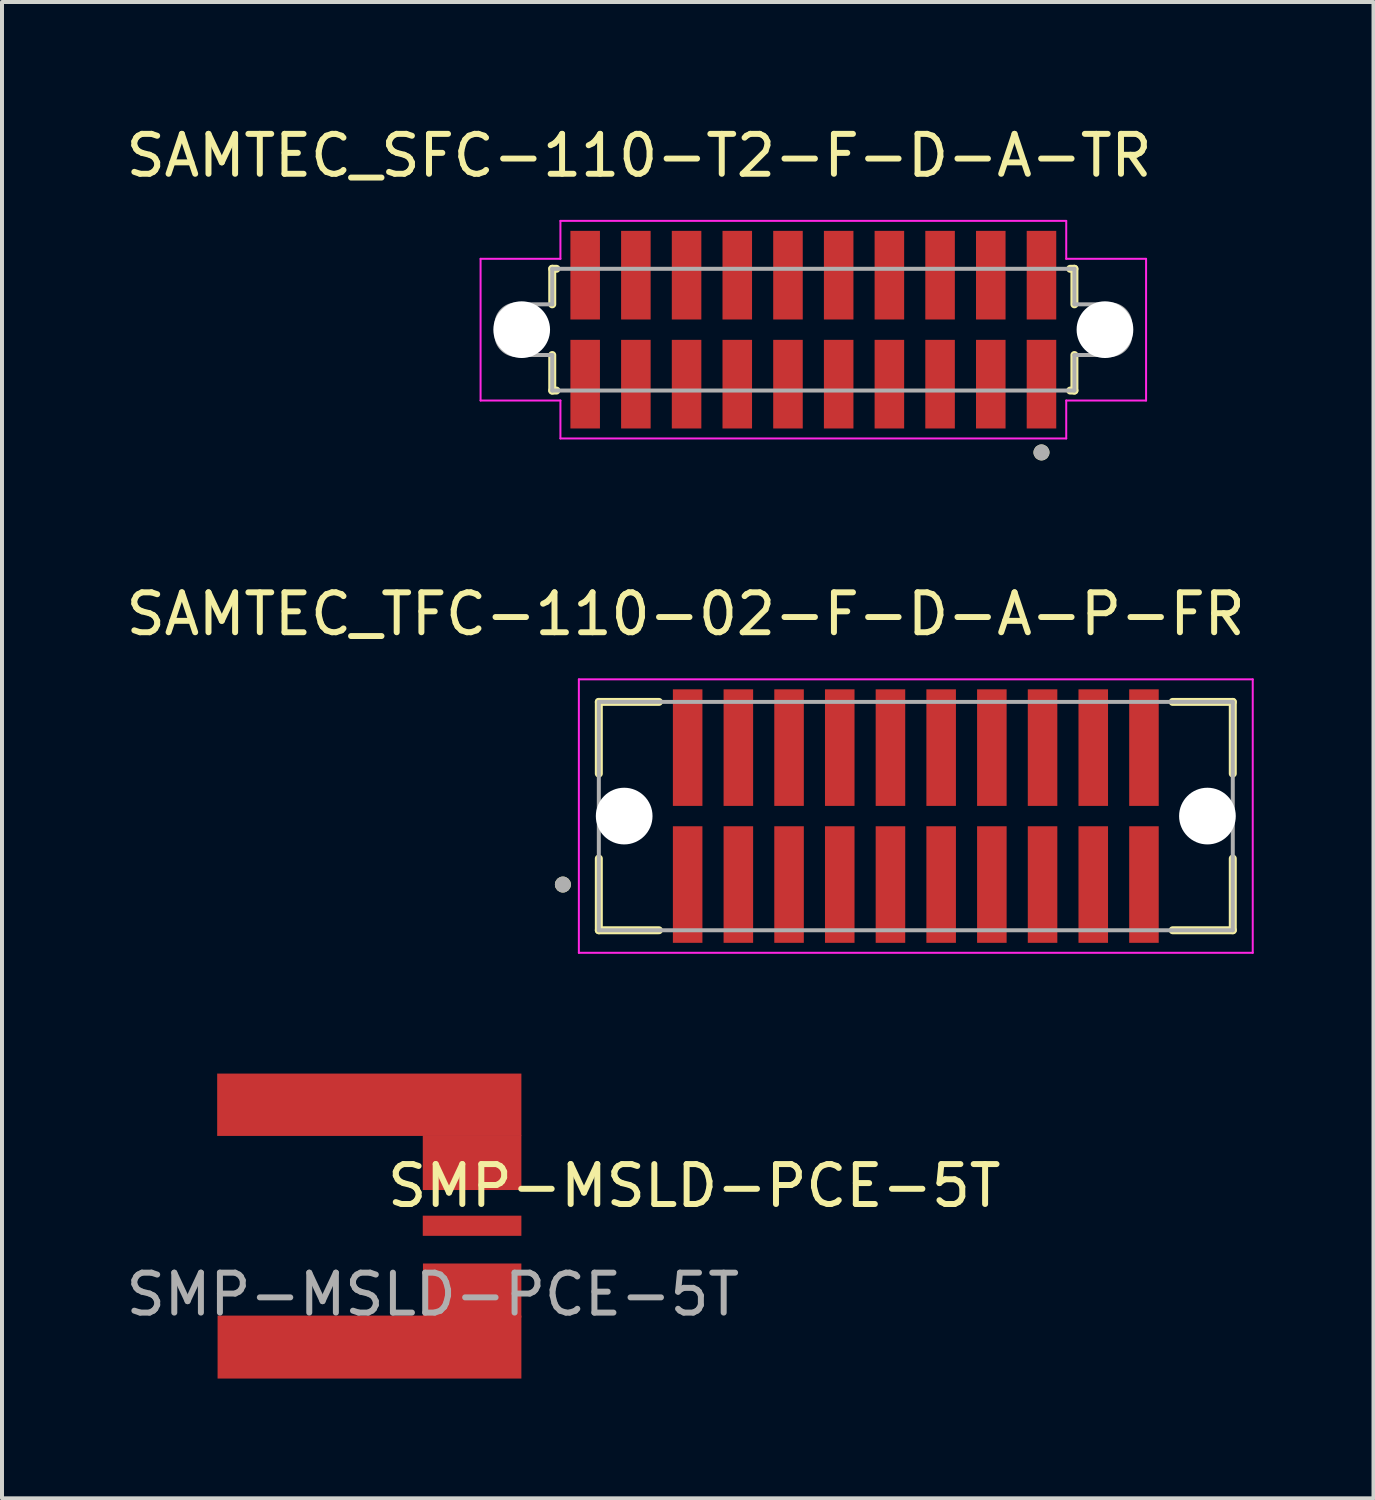
<source format=kicad_pcb>
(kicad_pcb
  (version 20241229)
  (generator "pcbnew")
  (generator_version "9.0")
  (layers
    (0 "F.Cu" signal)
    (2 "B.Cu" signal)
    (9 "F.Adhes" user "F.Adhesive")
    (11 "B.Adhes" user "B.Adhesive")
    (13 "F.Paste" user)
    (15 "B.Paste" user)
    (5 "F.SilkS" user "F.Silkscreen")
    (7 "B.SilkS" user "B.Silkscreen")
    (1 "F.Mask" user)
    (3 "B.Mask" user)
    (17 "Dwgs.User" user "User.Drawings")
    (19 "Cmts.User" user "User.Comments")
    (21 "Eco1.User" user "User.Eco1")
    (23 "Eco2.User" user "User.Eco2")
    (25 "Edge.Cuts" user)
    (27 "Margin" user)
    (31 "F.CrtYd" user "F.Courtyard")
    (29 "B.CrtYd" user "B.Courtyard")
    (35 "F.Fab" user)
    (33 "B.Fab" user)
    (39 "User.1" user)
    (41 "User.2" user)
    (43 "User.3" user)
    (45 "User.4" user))
  (footprint "SMP-MSLD-PCE-5T"
    (layer "F.Cu")
    (at 8.74 27.654)
    (property "Reference" "SMP-MSLD-PCE-5T" (at 5.6 -1 0) (unlocked yes) (layer "F.SilkS") (effects (font (size 1 1) (thickness 0.15))))
    (attr smd)
    (fp_text user "${REFERENCE}" (at -0.948 1.72 0) (unlocked yes) (layer "F.Fab") (effects (font (size 1 1) (thickness 0.15))))
    (pad "1" smd rect (at 0.035 0 90) (size 0.505 2.47) (layers "F.Cu" "F.Mask" "F.Paste"))
    (pad "2" smd rect (at -2.54 -3.031) (size 7.62 1.562) (layers "F.Cu" "F.Mask" "F.Paste"))
    (pad "2" smd rect (at -2.535 3.039) (size 7.61 1.577) (layers "F.Cu" "F.Mask" "F.Paste"))
    (pad "2" smd rect (at 0.035 -1.58) (size 2.47 1.37) (layers "F.Cu" "F.Mask" "F.Paste"))
    (pad "2" smd rect (at 0.037 1.623) (size 2.465 1.355) (layers "F.Cu" "F.Mask" "F.Paste")))
  (footprint "SAMTEC_SFC-110-T2-F-D-A-TR"
    (layer "F.Cu")
    (at 17.323 5.208)
    (property "Reference" "SAMTEC_SFC-110-T2-F-D-A-TR" (at -4.365 -4.36 0) (layer "F.SilkS") (effects (font (size 1 1) (thickness 0.15))))
    (attr through_hole)
    (fp_line (start -6.54 -1.525) (end -6.54 -0.635) (stroke (width 0.2) (type solid)) (layer "F.SilkS"))
    (fp_line (start -6.54 -1.525) (end -6.435 -1.525) (stroke (width 0.2) (type solid)) (layer "F.SilkS"))
    (fp_line (start -6.54 1.525) (end -6.54 0.635) (stroke (width 0.2) (type solid)) (layer "F.SilkS"))
    (fp_line (start -6.54 1.525) (end -6.435 1.525) (stroke (width 0.2) (type solid)) (layer "F.SilkS"))
    (fp_line (start 6.54 -1.525) (end 6.435 -1.525) (stroke (width 0.2) (type solid)) (layer "F.SilkS"))
    (fp_line (start 6.54 -1.525) (end 6.54 -0.635) (stroke (width 0.2) (type solid)) (layer "F.SilkS"))
    (fp_line (start 6.54 1.525) (end 6.435 1.525) (stroke (width 0.2) (type solid)) (layer "F.SilkS"))
    (fp_line (start 6.54 1.525) (end 6.54 0.635) (stroke (width 0.2) (type solid)) (layer "F.SilkS"))
    (fp_circle (center 5.715 3.075) (end 5.815 3.075) (stroke (width 0.2) (type solid)) (fill no) (layer "F.SilkS"))
    (fp_line (start -8.335 -1.775) (end -6.335 -1.775) (stroke (width 0.05) (type solid)) (layer "F.CrtYd"))
    (fp_line (start -8.335 1.775) (end -8.335 -1.775) (stroke (width 0.05) (type solid)) (layer "F.CrtYd"))
    (fp_line (start -8.335 1.775) (end -6.335 1.775) (stroke (width 0.05) (type solid)) (layer "F.CrtYd"))
    (fp_line (start -6.335 -2.725) (end 6.335 -2.725) (stroke (width 0.05) (type solid)) (layer "F.CrtYd"))
    (fp_line (start -6.335 -1.775) (end -6.335 -2.725) (stroke (width 0.05) (type solid)) (layer "F.CrtYd"))
    (fp_line (start -6.335 1.775) (end -6.335 2.725) (stroke (width 0.05) (type solid)) (layer "F.CrtYd"))
    (fp_line (start -6.335 2.725) (end 6.335 2.725) (stroke (width 0.05) (type solid)) (layer "F.CrtYd"))
    (fp_line (start 6.335 -2.725) (end 6.335 -1.775) (stroke (width 0.05) (type solid)) (layer "F.CrtYd"))
    (fp_line (start 6.335 -1.775) (end 8.335 -1.775) (stroke (width 0.05) (type solid)) (layer "F.CrtYd"))
    (fp_line (start 6.335 1.775) (end 8.335 1.775) (stroke (width 0.05) (type solid)) (layer "F.CrtYd"))
    (fp_line (start 6.335 2.725) (end 6.335 1.775) (stroke (width 0.05) (type solid)) (layer "F.CrtYd"))
    (fp_line (start 8.335 -1.775) (end 8.335 1.775) (stroke (width 0.05) (type solid)) (layer "F.CrtYd"))
    (fp_line (start -7.94 -0.125) (end -7.94 0.125) (stroke (width 0.1) (type solid)) (layer "F.Fab"))
    (fp_line (start -6.54 -1.525) (end -6.54 -0.635) (stroke (width 0.1) (type solid)) (layer "F.Fab"))
    (fp_line (start -6.54 -1.525) (end 6.54 -1.525) (stroke (width 0.1) (type solid)) (layer "F.Fab"))
    (fp_line (start -6.54 -0.635) (end -7.43 -0.635) (stroke (width 0.1) (type solid)) (layer "F.Fab"))
    (fp_line (start -6.54 0.635) (end -7.43 0.635) (stroke (width 0.1) (type solid)) (layer "F.Fab"))
    (fp_line (start -6.54 1.525) (end -6.54 0.635) (stroke (width 0.1) (type solid)) (layer "F.Fab"))
    (fp_line (start 6.54 -1.525) (end 6.54 -0.635) (stroke (width 0.1) (type solid)) (layer "F.Fab"))
    (fp_line (start 6.54 -0.635) (end 7.43 -0.635) (stroke (width 0.1) (type solid)) (layer "F.Fab"))
    (fp_line (start 6.54 0.635) (end 7.43 0.635) (stroke (width 0.1) (type solid)) (layer "F.Fab"))
    (fp_line (start 6.54 1.525) (end -6.54 1.525) (stroke (width 0.1) (type solid)) (layer "F.Fab"))
    (fp_line (start 6.54 1.525) (end 6.54 0.635) (stroke (width 0.1) (type solid)) (layer "F.Fab"))
    (fp_line (start 7.94 -0.125) (end 7.94 0.125) (stroke (width 0.1) (type solid)) (layer "F.Fab"))
    (fp_arc (start -7.94 -0.125) (mid -7.790624 -0.485624) (end -7.43 -0.635) (stroke (width 0.1) (type solid)) (layer "F.Fab"))
    (fp_arc (start -7.43 0.635) (mid -7.790624 0.485624) (end -7.94 0.125) (stroke (width 0.1) (type solid)) (layer "F.Fab"))
    (fp_arc (start 7.43 -0.635) (mid 7.790624 -0.485624) (end 7.94 -0.125) (stroke (width 0.1) (type solid)) (layer "F.Fab"))
    (fp_arc (start 7.94 0.125) (mid 7.790624 0.485624) (end 7.43 0.635) (stroke (width 0.1) (type solid)) (layer "F.Fab"))
    (fp_circle (center 5.715 3.075) (end 5.815 3.075) (stroke (width 0.2) (type solid)) (fill no) (layer "F.Fab"))
    (pad "" np_thru_hole circle (at -7.305 0) (size 1.42 1.42) (drill 1.42) (layers "*.Cu" "*.Mask"))
    (pad "" np_thru_hole circle (at 7.305 0) (size 1.42 1.42) (drill 1.42) (layers "*.Cu" "*.Mask"))
    (pad "01" smd rect (at 5.715 1.365) (size 0.74 2.22) (layers "F.Cu" "F.Mask" "F.Paste"))
    (pad "02" smd rect (at 5.715 -1.365) (size 0.74 2.22) (layers "F.Cu" "F.Mask" "F.Paste"))
    (pad "03" smd rect (at 4.445 1.365) (size 0.74 2.22) (layers "F.Cu" "F.Mask" "F.Paste"))
    (pad "04" smd rect (at 4.445 -1.365) (size 0.74 2.22) (layers "F.Cu" "F.Mask" "F.Paste"))
    (pad "05" smd rect (at 3.175 1.365) (size 0.74 2.22) (layers "F.Cu" "F.Mask" "F.Paste"))
    (pad "06" smd rect (at 3.175 -1.365) (size 0.74 2.22) (layers "F.Cu" "F.Mask" "F.Paste"))
    (pad "07" smd rect (at 1.905 1.365) (size 0.74 2.22) (layers "F.Cu" "F.Mask" "F.Paste"))
    (pad "08" smd rect (at 1.905 -1.365) (size 0.74 2.22) (layers "F.Cu" "F.Mask" "F.Paste"))
    (pad "09" smd rect (at 0.635 1.365) (size 0.74 2.22) (layers "F.Cu" "F.Mask" "F.Paste"))
    (pad "10" smd rect (at 0.635 -1.365) (size 0.74 2.22) (layers "F.Cu" "F.Mask" "F.Paste"))
    (pad "11" smd rect (at -0.635 1.365) (size 0.74 2.22) (layers "F.Cu" "F.Mask" "F.Paste"))
    (pad "12" smd rect (at -0.635 -1.365) (size 0.74 2.22) (layers "F.Cu" "F.Mask" "F.Paste"))
    (pad "13" smd rect (at -1.905 1.365) (size 0.74 2.22) (layers "F.Cu" "F.Mask" "F.Paste"))
    (pad "14" smd rect (at -1.905 -1.365) (size 0.74 2.22) (layers "F.Cu" "F.Mask" "F.Paste"))
    (pad "15" smd rect (at -3.175 1.365) (size 0.74 2.22) (layers "F.Cu" "F.Mask" "F.Paste"))
    (pad "16" smd rect (at -3.175 -1.365) (size 0.74 2.22) (layers "F.Cu" "F.Mask" "F.Paste"))
    (pad "17" smd rect (at -4.445 1.365) (size 0.74 2.22) (layers "F.Cu" "F.Mask" "F.Paste"))
    (pad "18" smd rect (at -4.445 -1.365) (size 0.74 2.22) (layers "F.Cu" "F.Mask" "F.Paste"))
    (pad "19" smd rect (at -5.715 1.365) (size 0.74 2.22) (layers "F.Cu" "F.Mask" "F.Paste"))
    (pad "20" smd rect (at -5.715 -1.365) (size 0.74 2.22) (layers "F.Cu" "F.Mask" "F.Paste")))
  (footprint "SAMTEC_TFC-110-02-F-D-A-P-FR"
    (layer "F.Cu")
    (at 14.175 19.107)
    (property "Reference" "SAMTEC_TFC-110-02-F-D-A-P-FR" (at -0.05 -6.775 0) (layer "F.SilkS") (effects (font (size 1 1) (thickness 0.15))))
    (attr through_hole)
    (fp_line (start -2.225 -4.575) (end -2.225 -2.779) (stroke (width 0.2) (type solid)) (layer "F.SilkS"))
    (fp_line (start -2.225 -4.575) (end -0.72 -4.575) (stroke (width 0.2) (type solid)) (layer "F.SilkS"))
    (fp_line (start -2.225 -0.651) (end -2.225 1.145) (stroke (width 0.2) (type solid)) (layer "F.SilkS"))
    (fp_line (start -0.72 1.145) (end -2.225 1.145) (stroke (width 0.2) (type solid)) (layer "F.SilkS"))
    (fp_line (start 12.15 -4.575) (end 13.655 -4.575) (stroke (width 0.2) (type solid)) (layer "F.SilkS"))
    (fp_line (start 12.15 1.145) (end 13.655 1.145) (stroke (width 0.2) (type solid)) (layer "F.SilkS"))
    (fp_line (start 13.655 -2.779) (end 13.655 -4.575) (stroke (width 0.2) (type solid)) (layer "F.SilkS"))
    (fp_line (start 13.655 1.145) (end 13.655 -0.651) (stroke (width 0.2) (type solid)) (layer "F.SilkS"))
    (fp_circle (center -3.125 0) (end -3.025 0) (stroke (width 0.2) (type solid)) (fill no) (layer "F.SilkS"))
    (fp_line (start -2.725 -5.14) (end 14.155 -5.14) (stroke (width 0.05) (type solid)) (layer "F.CrtYd"))
    (fp_line (start -2.725 1.71) (end -2.725 -5.14) (stroke (width 0.05) (type solid)) (layer "F.CrtYd"))
    (fp_line (start 14.155 -5.14) (end 14.155 1.71) (stroke (width 0.05) (type solid)) (layer "F.CrtYd"))
    (fp_line (start 14.155 1.71) (end -2.725 1.71) (stroke (width 0.05) (type solid)) (layer "F.CrtYd"))
    (fp_line (start -2.225 -4.575) (end 13.655 -4.575) (stroke (width 0.1) (type solid)) (layer "F.Fab"))
    (fp_line (start -2.225 1.145) (end -2.225 -4.575) (stroke (width 0.1) (type solid)) (layer "F.Fab"))
    (fp_line (start 13.655 -4.575) (end 13.655 1.145) (stroke (width 0.1) (type solid)) (layer "F.Fab"))
    (fp_line (start 13.655 1.145) (end -2.225 1.145) (stroke (width 0.1) (type solid)) (layer "F.Fab"))
    (fp_circle (center -3.125 0) (end -3.025 0) (stroke (width 0.2) (type solid)) (fill no) (layer "F.Fab"))
    (pad "" np_thru_hole circle (at -1.59 -1.715) (size 1.42 1.42) (drill 1.42) (layers "*.Cu" "*.Mask"))
    (pad "" np_thru_hole circle (at 13.02 -1.715) (size 1.42 1.42) (drill 1.42) (layers "*.Cu" "*.Mask"))
    (pad "01" smd rect (at 0 0) (size 0.74 2.92) (layers "F.Cu" "F.Mask" "F.Paste"))
    (pad "02" smd rect (at 0 -3.43) (size 0.74 2.92) (layers "F.Cu" "F.Mask" "F.Paste"))
    (pad "03" smd rect (at 1.27 0) (size 0.74 2.92) (layers "F.Cu" "F.Mask" "F.Paste"))
    (pad "04" smd rect (at 1.27 -3.43) (size 0.74 2.92) (layers "F.Cu" "F.Mask" "F.Paste"))
    (pad "05" smd rect (at 2.54 0) (size 0.74 2.92) (layers "F.Cu" "F.Mask" "F.Paste"))
    (pad "06" smd rect (at 2.54 -3.43) (size 0.74 2.92) (layers "F.Cu" "F.Mask" "F.Paste"))
    (pad "07" smd rect (at 3.81 0) (size 0.74 2.92) (layers "F.Cu" "F.Mask" "F.Paste"))
    (pad "08" smd rect (at 3.81 -3.43) (size 0.74 2.92) (layers "F.Cu" "F.Mask" "F.Paste"))
    (pad "09" smd rect (at 5.08 0) (size 0.74 2.92) (layers "F.Cu" "F.Mask" "F.Paste"))
    (pad "10" smd rect (at 5.08 -3.43) (size 0.74 2.92) (layers "F.Cu" "F.Mask" "F.Paste"))
    (pad "11" smd rect (at 6.35 0) (size 0.74 2.92) (layers "F.Cu" "F.Mask" "F.Paste"))
    (pad "12" smd rect (at 6.35 -3.43) (size 0.74 2.92) (layers "F.Cu" "F.Mask" "F.Paste"))
    (pad "13" smd rect (at 7.62 0) (size 0.74 2.92) (layers "F.Cu" "F.Mask" "F.Paste"))
    (pad "14" smd rect (at 7.62 -3.43) (size 0.74 2.92) (layers "F.Cu" "F.Mask" "F.Paste"))
    (pad "15" smd rect (at 8.89 0) (size 0.74 2.92) (layers "F.Cu" "F.Mask" "F.Paste"))
    (pad "16" smd rect (at 8.89 -3.43) (size 0.74 2.92) (layers "F.Cu" "F.Mask" "F.Paste"))
    (pad "17" smd rect (at 10.16 0) (size 0.74 2.92) (layers "F.Cu" "F.Mask" "F.Paste"))
    (pad "18" smd rect (at 10.16 -3.43) (size 0.74 2.92) (layers "F.Cu" "F.Mask" "F.Paste"))
    (pad "19" smd rect (at 11.43 0) (size 0.74 2.92) (layers "F.Cu" "F.Mask" "F.Paste"))
    (pad "20" smd rect (at 11.43 -3.43) (size 0.74 2.92) (layers "F.Cu" "F.Mask" "F.Paste")))
  (gr_rect
    (start -3 -3)
    (end 31.355 34.481)
    (stroke (width 0.1) (type default))
    (fill no)
    (layer "Edge.Cuts")))
</source>
